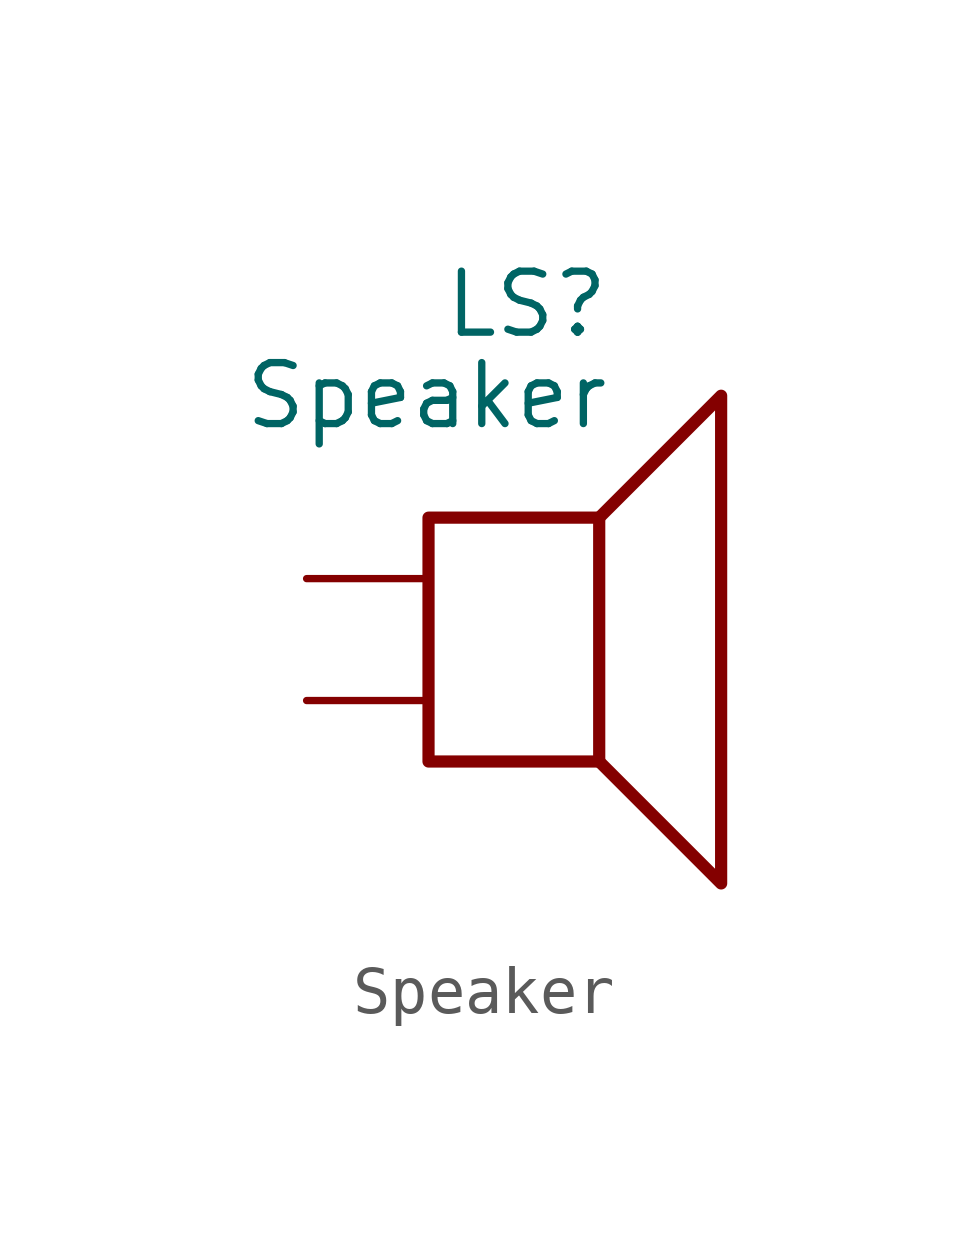
<source format=kicad_sym>
(kicad_symbol_lib
  (version 20211014)
  (generator kicad_symbol_editor)
  (symbol "Speaker"
    (pin_numbers hide)
    (pin_names
      (offset 0) hide)
    (property "Reference" "LS"
      (at 1.27 5.715 0)
      (effects (font (size 1.27 1.27)) (justify right)))
    (property "Value" "Speaker"
      (at 1.27 3.81 0)
      (effects (font (size 1.27 1.27)) (justify right)))
    (property "Footprint" ""
      (at 0 -5.08 0)
      (effects (font (size 1.27 1.27))))
    (property "Datasheet" ""
      (at -0.254 -1.27 0)
      (effects (font (size 1.27 1.27))))
    (symbol "Speaker_0_0"
      (rectangle (start -2.54 1.27) (end 1.016 -3.81) (stroke (width 0.254) (type default) (color 0 0 0 0)) (fill (type none)))
      (polyline (pts (xy 1.016 1.27) (xy 3.556 3.81) (xy 3.556 -6.35) (xy 1.016 -3.81)) (stroke (width 0.254) (type default) (color 0 0 0 0)) (fill (type none))))
    (symbol "Speaker_1_1"
      (pin input line (at -5.08 0 0) (length 2.54) (name "1" (effects (font (size 1.27 1.27)))) (number "1" (effects (font (size 1.27 1.27)))))
      (pin input line (at -5.08 -2.54 0) (length 2.54) (name "2" (effects (font (size 1.27 1.27)))) (number "2" (effects (font (size 1.27 1.27))))))))
</source>
